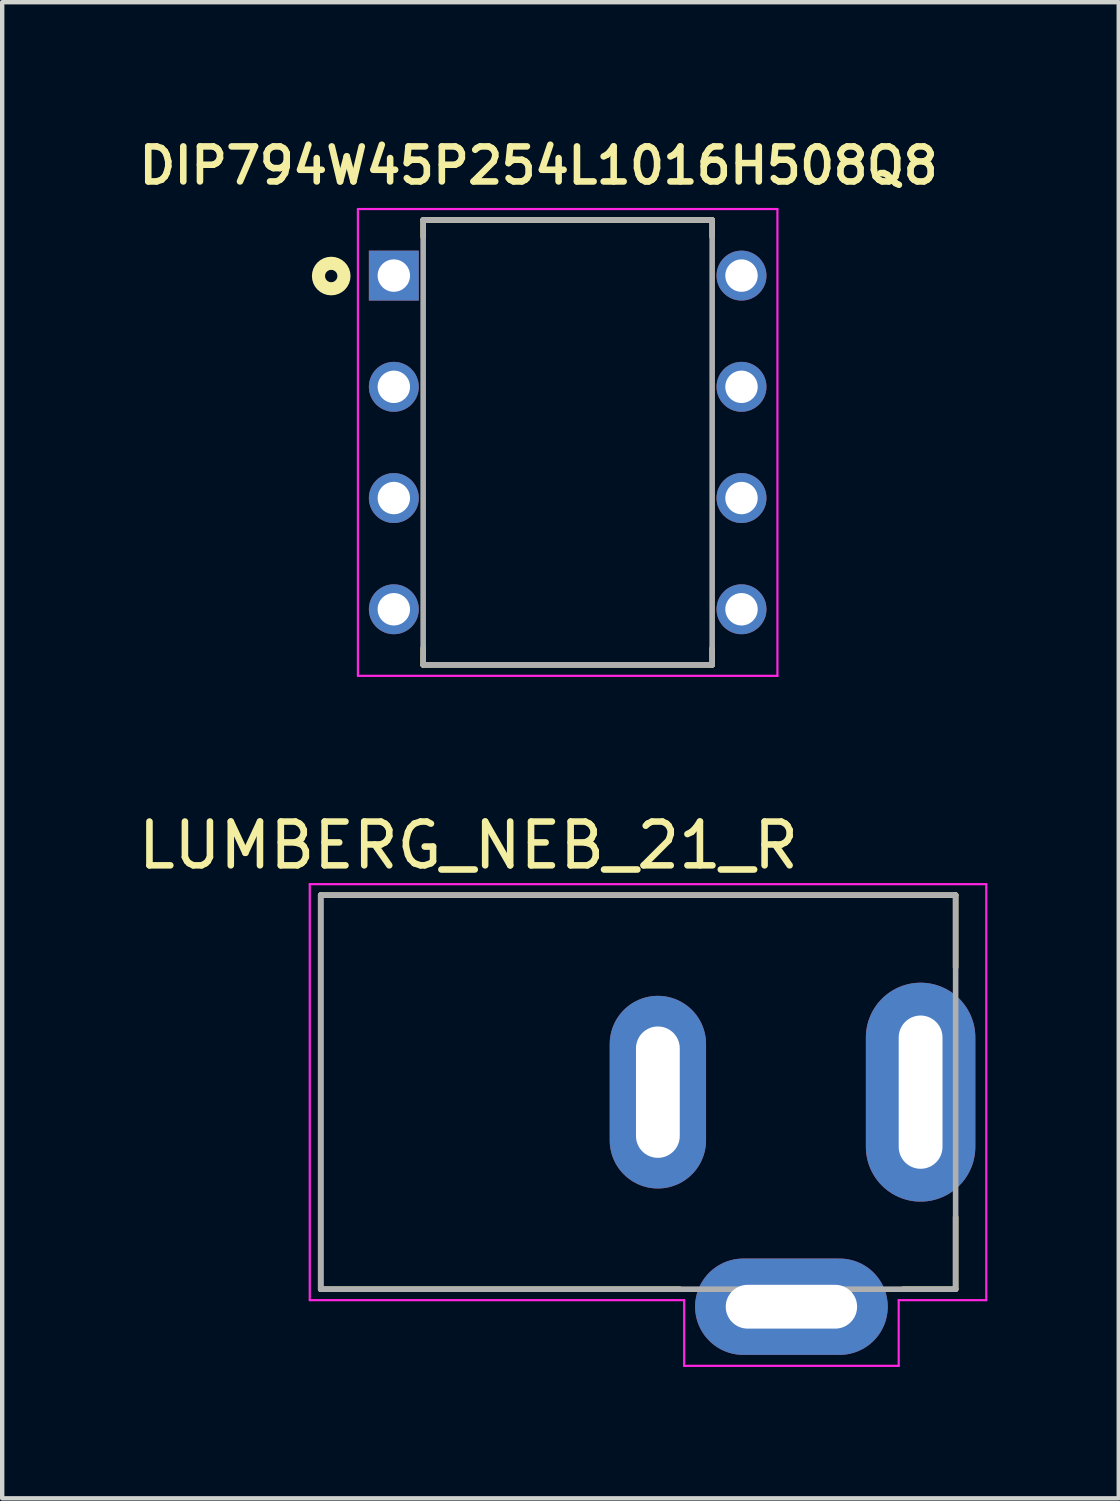
<source format=kicad_pcb>
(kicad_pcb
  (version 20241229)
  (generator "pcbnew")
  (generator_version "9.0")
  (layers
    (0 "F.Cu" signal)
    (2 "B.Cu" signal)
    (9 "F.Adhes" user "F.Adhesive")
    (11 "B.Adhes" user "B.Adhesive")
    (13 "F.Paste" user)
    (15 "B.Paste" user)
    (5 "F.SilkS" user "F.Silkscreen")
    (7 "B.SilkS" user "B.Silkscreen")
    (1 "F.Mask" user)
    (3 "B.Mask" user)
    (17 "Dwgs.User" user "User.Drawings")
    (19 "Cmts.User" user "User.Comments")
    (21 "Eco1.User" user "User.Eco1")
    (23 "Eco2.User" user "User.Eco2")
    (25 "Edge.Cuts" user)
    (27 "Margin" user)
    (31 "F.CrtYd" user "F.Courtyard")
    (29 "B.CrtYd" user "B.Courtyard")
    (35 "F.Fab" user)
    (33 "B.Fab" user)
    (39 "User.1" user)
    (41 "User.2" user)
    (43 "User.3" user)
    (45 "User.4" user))
  (footprint "LUMBERG_NEB_21_R"
    (layer "F.Cu")
    (at 11.974 21.892)
    (property "Reference" "LUMBERG_NEB_21_R" (at -4.325 -5.635 0) (layer "F.SilkS") (effects (font (size 1 1) (thickness 0.15))))
    (attr through_hole)
    (fp_line (start -7.7 -4.5) (end -7.7 4.5) (stroke (width 0.127) (type solid)) (layer "F.SilkS"))
    (fp_line (start -7.7 4.5) (end 0.5 4.5) (stroke (width 0.127) (type solid)) (layer "F.SilkS"))
    (fp_line (start 5.6 4.5) (end 6.8 4.5) (stroke (width 0.127) (type solid)) (layer "F.SilkS"))
    (fp_line (start 6.8 -4.5) (end -7.7 -4.5) (stroke (width 0.127) (type solid)) (layer "F.SilkS"))
    (fp_line (start 6.8 -2.85) (end 6.8 -4.5) (stroke (width 0.127) (type solid)) (layer "F.SilkS"))
    (fp_line (start 6.8 4.5) (end 6.8 2.85) (stroke (width 0.127) (type solid)) (layer "F.SilkS"))
    (fp_line (start -7.95 -4.75) (end -7.95 4.75) (stroke (width 0.05) (type solid)) (layer "F.CrtYd"))
    (fp_line (start -7.95 4.75) (end 0.6 4.75) (stroke (width 0.05) (type solid)) (layer "F.CrtYd"))
    (fp_line (start 0.6 4.75) (end 0.6 6.25) (stroke (width 0.05) (type solid)) (layer "F.CrtYd"))
    (fp_line (start 0.6 6.25) (end 5.5 6.25) (stroke (width 0.05) (type solid)) (layer "F.CrtYd"))
    (fp_line (start 5.5 4.75) (end 7.5 4.75) (stroke (width 0.05) (type solid)) (layer "F.CrtYd"))
    (fp_line (start 5.5 6.25) (end 5.5 4.75) (stroke (width 0.05) (type solid)) (layer "F.CrtYd"))
    (fp_line (start 7.5 -4.75) (end -7.95 -4.75) (stroke (width 0.05) (type solid)) (layer "F.CrtYd"))
    (fp_line (start 7.5 4.75) (end 7.5 -4.75) (stroke (width 0.05) (type solid)) (layer "F.CrtYd"))
    (fp_line (start -7.7 -4.5) (end -7.7 4.5) (stroke (width 0.127) (type solid)) (layer "F.Fab"))
    (fp_line (start -7.7 4.5) (end 6.8 4.5) (stroke (width 0.127) (type solid)) (layer "F.Fab"))
    (fp_line (start 6.8 -4.5) (end -7.7 -4.5) (stroke (width 0.127) (type solid)) (layer "F.Fab"))
    (fp_line (start 6.8 4.5) (end 6.8 -4.5) (stroke (width 0.127) (type solid)) (layer "F.Fab"))
    (pad "B" thru_hole oval (at 3.05 4.9) (size 4.4 2.2) (drill oval 3 1) (layers "*.Cu" "*.Mask"))
    (pad "J" thru_hole oval (at 6 0) (size 2.5 5) (drill oval 1 3.5) (layers "*.Cu" "*.Mask"))
    (pad "S" thru_hole oval (at 0 0) (size 2.2 4.4) (drill oval 1 3) (layers "*.Cu" "*.Mask")))
  (footprint "DIP794W45P254L1016H508Q8"
    (layer "F.Cu")
    (at 9.914 7.054)
    (property "Reference" "DIP794W45P254L1016H508Q8" (at -0.664 -6.323 0) (layer "F.SilkS") (effects (font (size 0.8 0.8) (thickness 0.15))))
    (attr through_hole)
    (fp_line (start -3.3 -5.08) (end 3.3 -5.08) (stroke (width 0.127) (type solid)) (layer "F.SilkS"))
    (fp_line (start -3.3 -4.7) (end -3.3 -5.08) (stroke (width 0.127) (type solid)) (layer "F.SilkS"))
    (fp_line (start -3.3 5.08) (end -3.3 4.7) (stroke (width 0.127) (type solid)) (layer "F.SilkS"))
    (fp_line (start -3.3 5.08) (end 3.3 5.08) (stroke (width 0.127) (type solid)) (layer "F.SilkS"))
    (fp_line (start 3.3 -5.08) (end 3.3 -4.7) (stroke (width 0.127) (type solid)) (layer "F.SilkS"))
    (fp_line (start 3.3 5.08) (end 3.3 4.7) (stroke (width 0.127) (type solid)) (layer "F.SilkS"))
    (fp_circle (center -5.4 -3.8) (end -5.259 -3.8) (stroke (width 0.3) (type solid)) (fill no) (layer "F.SilkS"))
    (fp_line (start -4.79 -5.33) (end 4.79 -5.33) (stroke (width 0.05) (type solid)) (layer "F.CrtYd"))
    (fp_line (start -4.79 5.33) (end -4.79 -5.33) (stroke (width 0.05) (type solid)) (layer "F.CrtYd"))
    (fp_line (start 4.79 -5.33) (end 4.79 5.33) (stroke (width 0.05) (type solid)) (layer "F.CrtYd"))
    (fp_line (start 4.79 5.33) (end -4.79 5.33) (stroke (width 0.05) (type solid)) (layer "F.CrtYd"))
    (fp_line (start -3.3 -5.08) (end 3.3 -5.08) (stroke (width 0.127) (type solid)) (layer "F.Fab"))
    (fp_line (start -3.3 5.08) (end -3.3 -5.08) (stroke (width 0.127) (type solid)) (layer "F.Fab"))
    (fp_line (start 3.3 -5.08) (end 3.3 5.08) (stroke (width 0.127) (type solid)) (layer "F.Fab"))
    (fp_line (start 3.3 5.08) (end -3.3 5.08) (stroke (width 0.127) (type solid)) (layer "F.Fab"))
    (pad "1" thru_hole rect (at -3.97 -3.81) (size 1.14 1.14) (drill 0.74) (layers "*.Cu" "*.Mask"))
    (pad "2" thru_hole circle (at -3.97 -1.27) (size 1.14 1.14) (drill 0.74) (layers "*.Cu" "*.Mask"))
    (pad "3" thru_hole circle (at -3.97 1.27) (size 1.14 1.14) (drill 0.74) (layers "*.Cu" "*.Mask"))
    (pad "4" thru_hole circle (at -3.97 3.81) (size 1.14 1.14) (drill 0.74) (layers "*.Cu" "*.Mask"))
    (pad "5" thru_hole circle (at 3.97 3.81) (size 1.14 1.14) (drill 0.74) (layers "*.Cu" "*.Mask"))
    (pad "6" thru_hole circle (at 3.97 1.27) (size 1.14 1.14) (drill 0.74) (layers "*.Cu" "*.Mask"))
    (pad "7" thru_hole circle (at 3.97 -1.27) (size 1.14 1.14) (drill 0.74) (layers "*.Cu" "*.Mask"))
    (pad "8" thru_hole circle (at 3.97 -3.81) (size 1.14 1.14) (drill 0.74) (layers "*.Cu" "*.Mask")))
  (gr_rect
    (start -3 -3)
    (end 22.499 31.168)
    (stroke (width 0.1) (type default))
    (fill no)
    (layer "Edge.Cuts")))
</source>
